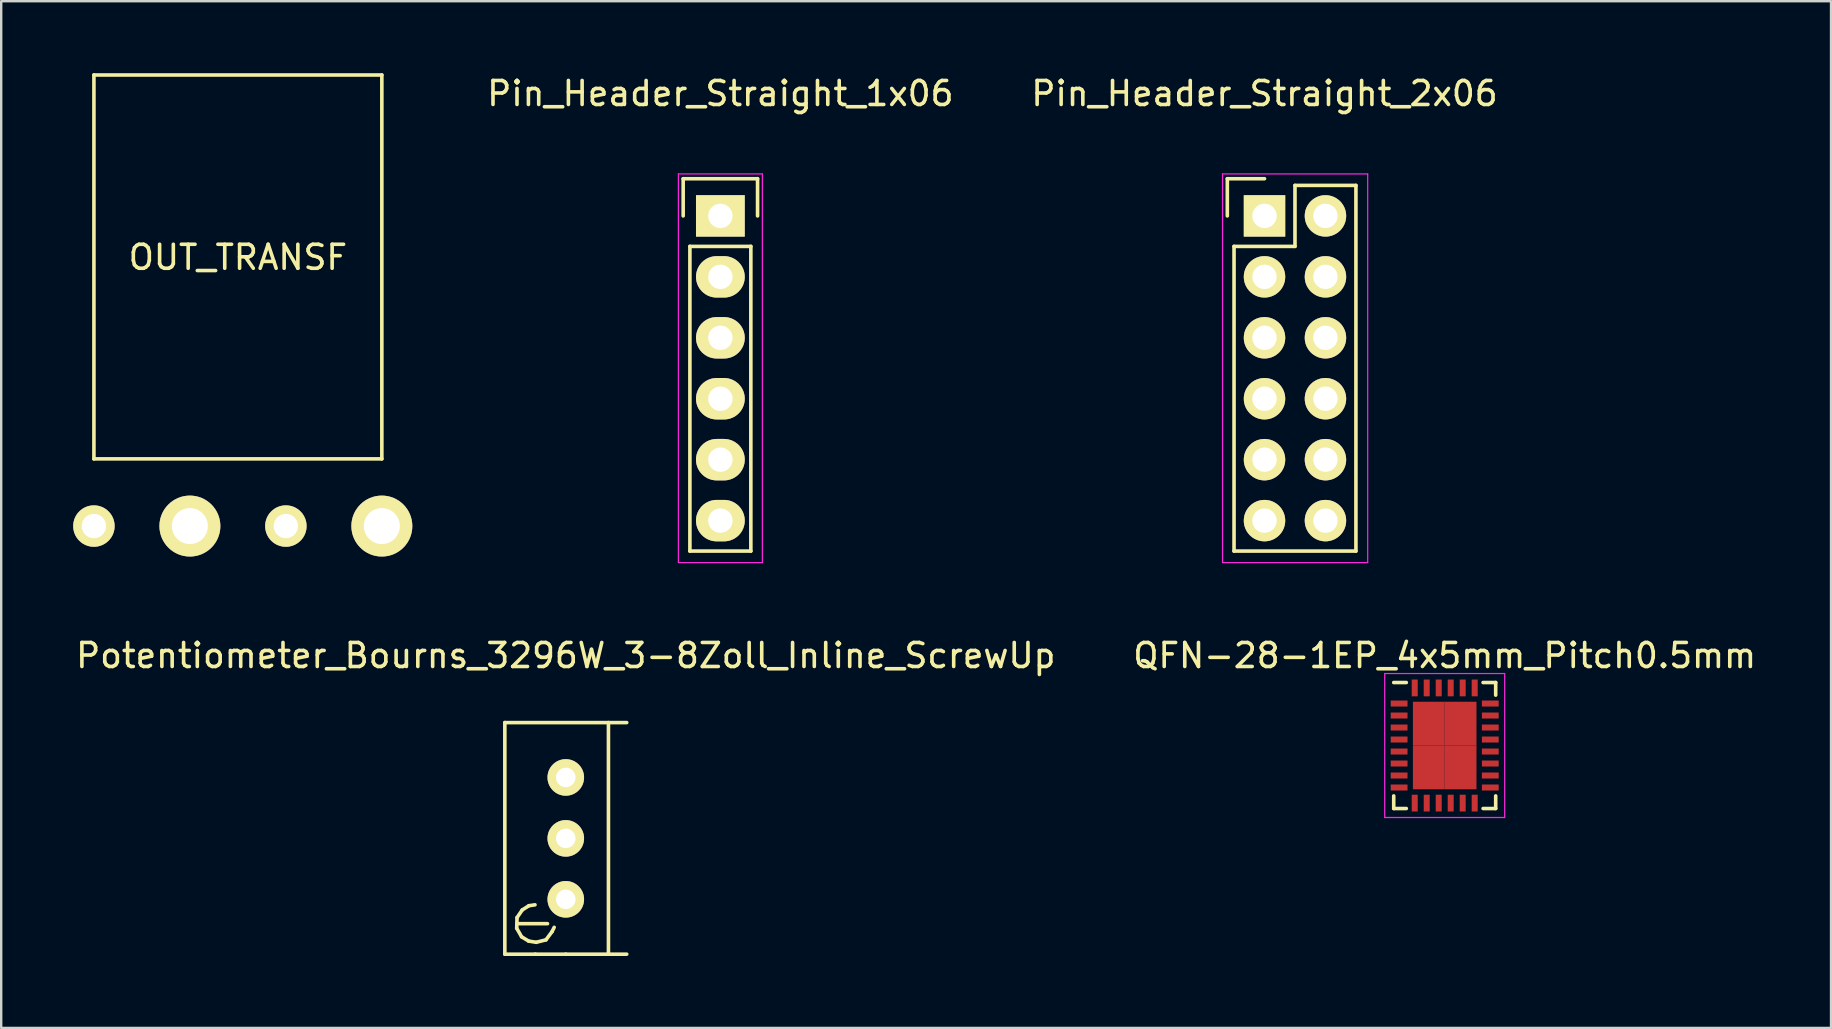
<source format=kicad_pcb>
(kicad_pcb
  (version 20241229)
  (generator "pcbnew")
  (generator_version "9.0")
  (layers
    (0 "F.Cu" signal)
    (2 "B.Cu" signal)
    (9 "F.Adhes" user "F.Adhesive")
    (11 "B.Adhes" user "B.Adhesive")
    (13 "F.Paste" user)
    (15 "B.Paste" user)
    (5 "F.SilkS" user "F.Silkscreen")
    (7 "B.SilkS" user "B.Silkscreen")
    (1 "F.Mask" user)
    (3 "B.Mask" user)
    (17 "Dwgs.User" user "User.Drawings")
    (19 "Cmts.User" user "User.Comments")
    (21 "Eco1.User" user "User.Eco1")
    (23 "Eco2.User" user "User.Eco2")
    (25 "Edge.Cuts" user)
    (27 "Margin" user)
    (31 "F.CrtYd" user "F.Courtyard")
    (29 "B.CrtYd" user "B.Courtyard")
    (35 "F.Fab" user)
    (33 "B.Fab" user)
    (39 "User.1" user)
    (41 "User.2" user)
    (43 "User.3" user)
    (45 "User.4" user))
  (footprint "Pin_Header_Straight_1x06"
    (layer "F.Cu")
    (at 26.973 5.948)
    (property "Reference" "Pin_Header_Straight_1x06" (at 0 -5.1 0) (layer "F.SilkS") (effects (font (size 1 1) (thickness 0.15))))
    (attr through_hole)
    (fp_line (start -1.55 -1.55) (end 1.55 -1.55) (stroke (width 0.15) (type solid)) (layer "F.SilkS"))
    (fp_line (start -1.55 0) (end -1.55 -1.55) (stroke (width 0.15) (type solid)) (layer "F.SilkS"))
    (fp_line (start -1.27 13.97) (end -1.27 1.27) (stroke (width 0.15) (type solid)) (layer "F.SilkS"))
    (fp_line (start 1.27 1.27) (end -1.27 1.27) (stroke (width 0.15) (type solid)) (layer "F.SilkS"))
    (fp_line (start 1.27 1.27) (end 1.27 13.97) (stroke (width 0.15) (type solid)) (layer "F.SilkS"))
    (fp_line (start 1.27 13.97) (end -1.27 13.97) (stroke (width 0.15) (type solid)) (layer "F.SilkS"))
    (fp_line (start 1.55 -1.55) (end 1.55 0) (stroke (width 0.15) (type solid)) (layer "F.SilkS"))
    (fp_line (start -1.75 -1.75) (end -1.75 14.45) (stroke (width 0.05) (type solid)) (layer "F.CrtYd"))
    (fp_line (start -1.75 -1.75) (end 1.75 -1.75) (stroke (width 0.05) (type solid)) (layer "F.CrtYd"))
    (fp_line (start -1.75 14.45) (end 1.75 14.45) (stroke (width 0.05) (type solid)) (layer "F.CrtYd"))
    (fp_line (start 1.75 -1.75) (end 1.75 14.45) (stroke (width 0.05) (type solid)) (layer "F.CrtYd"))
    (pad "1" thru_hole rect (at 0 0) (size 2.032 1.727) (drill 1.016) (layers "*.Cu" "*.Mask" "F.SilkS"))
    (pad "2" thru_hole oval (at 0 2.54) (size 2.032 1.727) (drill 1.016) (layers "*.Cu" "*.Mask" "F.SilkS"))
    (pad "3" thru_hole oval (at 0 5.08) (size 2.032 1.727) (drill 1.016) (layers "*.Cu" "*.Mask" "F.SilkS"))
    (pad "4" thru_hole oval (at 0 7.62) (size 2.032 1.727) (drill 1.016) (layers "*.Cu" "*.Mask" "F.SilkS"))
    (pad "5" thru_hole oval (at 0 10.16) (size 2.032 1.727) (drill 1.016) (layers "*.Cu" "*.Mask" "F.SilkS"))
    (pad "6" thru_hole oval (at 0 12.7) (size 2.032 1.727) (drill 1.016) (layers "*.Cu" "*.Mask" "F.SilkS")))
  (footprint "QFN-28-1EP_4x5mm_Pitch0.5mm"
    (layer "F.Cu")
    (at 57.161 28.021)
    (property "Reference" "QFN-28-1EP_4x5mm_Pitch0.5mm" (at 0 -3.75 0) (layer "F.SilkS") (effects (font (size 1 1) (thickness 0.15))))
    (attr smd)
    (fp_line (start -2.125 -2.625) (end -1.6 -2.625) (stroke (width 0.15) (type solid)) (layer "F.SilkS"))
    (fp_line (start -2.125 2.625) (end -2.125 2.1) (stroke (width 0.15) (type solid)) (layer "F.SilkS"))
    (fp_line (start -2.125 2.625) (end -1.6 2.625) (stroke (width 0.15) (type solid)) (layer "F.SilkS"))
    (fp_line (start 2.125 -2.625) (end 1.6 -2.625) (stroke (width 0.15) (type solid)) (layer "F.SilkS"))
    (fp_line (start 2.125 -2.625) (end 2.125 -2.1) (stroke (width 0.15) (type solid)) (layer "F.SilkS"))
    (fp_line (start 2.125 2.625) (end 1.6 2.625) (stroke (width 0.15) (type solid)) (layer "F.SilkS"))
    (fp_line (start 2.125 2.625) (end 2.125 2.1) (stroke (width 0.15) (type solid)) (layer "F.SilkS"))
    (fp_line (start -2.5 -3) (end -2.5 3) (stroke (width 0.05) (type solid)) (layer "F.CrtYd"))
    (fp_line (start -2.5 -3) (end 2.5 -3) (stroke (width 0.05) (type solid)) (layer "F.CrtYd"))
    (fp_line (start -2.5 3) (end 2.5 3) (stroke (width 0.05) (type solid)) (layer "F.CrtYd"))
    (fp_line (start 2.5 -3) (end 2.5 3) (stroke (width 0.05) (type solid)) (layer "F.CrtYd"))
    (pad "1" smd rect (at -1.9 -1.75) (size 0.7 0.25) (layers "F.Cu" "F.Mask" "F.Paste"))
    (pad "2" smd rect (at -1.9 -1.25) (size 0.7 0.25) (layers "F.Cu" "F.Mask" "F.Paste"))
    (pad "3" smd rect (at -1.9 -0.75) (size 0.7 0.25) (layers "F.Cu" "F.Mask" "F.Paste"))
    (pad "4" smd rect (at -1.9 -0.25) (size 0.7 0.25) (layers "F.Cu" "F.Mask" "F.Paste"))
    (pad "5" smd rect (at -1.9 0.25) (size 0.7 0.25) (layers "F.Cu" "F.Mask" "F.Paste"))
    (pad "6" smd rect (at -1.9 0.75) (size 0.7 0.25) (layers "F.Cu" "F.Mask" "F.Paste"))
    (pad "7" smd rect (at -1.9 1.25) (size 0.7 0.25) (layers "F.Cu" "F.Mask" "F.Paste"))
    (pad "8" smd rect (at -1.9 1.75) (size 0.7 0.25) (layers "F.Cu" "F.Mask" "F.Paste"))
    (pad "9" smd rect (at -1.25 2.4 90) (size 0.7 0.25) (layers "F.Cu" "F.Mask" "F.Paste"))
    (pad "10" smd rect (at -0.75 2.4 90) (size 0.7 0.25) (layers "F.Cu" "F.Mask" "F.Paste"))
    (pad "11" smd rect (at -0.25 2.4 90) (size 0.7 0.25) (layers "F.Cu" "F.Mask" "F.Paste"))
    (pad "12" smd rect (at 0.25 2.4 90) (size 0.7 0.25) (layers "F.Cu" "F.Mask" "F.Paste"))
    (pad "13" smd rect (at 0.75 2.4 90) (size 0.7 0.25) (layers "F.Cu" "F.Mask" "F.Paste"))
    (pad "14" smd rect (at 1.25 2.4 90) (size 0.7 0.25) (layers "F.Cu" "F.Mask" "F.Paste"))
    (pad "15" smd rect (at 1.9 1.75) (size 0.7 0.25) (layers "F.Cu" "F.Mask" "F.Paste"))
    (pad "16" smd rect (at 1.9 1.25) (size 0.7 0.25) (layers "F.Cu" "F.Mask" "F.Paste"))
    (pad "17" smd rect (at 1.9 0.75) (size 0.7 0.25) (layers "F.Cu" "F.Mask" "F.Paste"))
    (pad "18" smd rect (at 1.9 0.25) (size 0.7 0.25) (layers "F.Cu" "F.Mask" "F.Paste"))
    (pad "19" smd rect (at 1.9 -0.25) (size 0.7 0.25) (layers "F.Cu" "F.Mask" "F.Paste"))
    (pad "20" smd rect (at 1.9 -0.75) (size 0.7 0.25) (layers "F.Cu" "F.Mask" "F.Paste"))
    (pad "21" smd rect (at 1.9 -1.25) (size 0.7 0.25) (layers "F.Cu" "F.Mask" "F.Paste"))
    (pad "22" smd rect (at 1.9 -1.75) (size 0.7 0.25) (layers "F.Cu" "F.Mask" "F.Paste"))
    (pad "23" smd rect (at 1.25 -2.4 90) (size 0.7 0.25) (layers "F.Cu" "F.Mask" "F.Paste"))
    (pad "24" smd rect (at 0.75 -2.4 90) (size 0.7 0.25) (layers "F.Cu" "F.Mask" "F.Paste"))
    (pad "25" smd rect (at 0.25 -2.4 90) (size 0.7 0.25) (layers "F.Cu" "F.Mask" "F.Paste"))
    (pad "26" smd rect (at -0.25 -2.4 90) (size 0.7 0.25) (layers "F.Cu" "F.Mask" "F.Paste"))
    (pad "27" smd rect (at -0.75 -2.4 90) (size 0.7 0.25) (layers "F.Cu" "F.Mask" "F.Paste"))
    (pad "28" smd rect (at -1.25 -2.4 90) (size 0.7 0.25) (layers "F.Cu" "F.Mask" "F.Paste"))
    (pad "29" smd rect (at -0.662 -0.912) (size 1.325 1.825) (layers "F.Cu" "F.Mask" "F.Paste"))
    (pad "29" smd rect (at -0.662 0.912) (size 1.325 1.825) (layers "F.Cu" "F.Mask" "F.Paste"))
    (pad "29" smd rect (at 0.662 -0.912) (size 1.325 1.825) (layers "F.Cu" "F.Mask" "F.Paste"))
    (pad "29" smd rect (at 0.662 0.912) (size 1.325 1.825) (layers "F.Cu" "F.Mask" "F.Paste")))
  (footprint "OUT_TRANSF"
    (layer "F.Cu")
    (at 6.864 18.875)
    (property "Reference" "OUT_TRANSF" (at 0 -11.2 0) (layer "F.SilkS") (effects (font (size 1 1) (thickness 0.15))))
    (attr through_hole)
    (fp_line (start -6 -18.8) (end 6 -18.8) (stroke (width 0.15) (type solid)) (layer "F.SilkS"))
    (fp_line (start -6 -2.8) (end -6 -18.8) (stroke (width 0.15) (type solid)) (layer "F.SilkS"))
    (fp_line (start 6 -18.8) (end 6 -2.8) (stroke (width 0.15) (type solid)) (layer "F.SilkS"))
    (fp_line (start 6 -2.8) (end -6 -2.8) (stroke (width 0.15) (type solid)) (layer "F.SilkS"))
    (pad "1" thru_hole circle (at 6 0) (size 2.54 2.54) (drill 1.5) (layers "*.Cu" "*.Mask" "F.SilkS"))
    (pad "2" thru_hole circle (at 2 0) (size 1.727 1.727) (drill 1.016) (layers "*.Cu" "*.Mask" "F.SilkS"))
    (pad "3" thru_hole circle (at -2 0) (size 2.54 2.54) (drill 1.5) (layers "*.Cu" "*.Mask" "F.SilkS"))
    (pad "4" thru_hole circle (at -6 0) (size 1.727 1.727) (drill 1.016) (layers "*.Cu" "*.Mask" "F.SilkS")))
  (footprint "Potentiometer_Bourns_3296W_3-8Zoll_Inline_ScrewUp"
    (layer "F.Cu")
    (at 20.53 34.431)
    (property "Reference" "Potentiometer_Bourns_3296W_3-8Zoll_Inline_ScrewUp" (at 0 -10.16 0) (layer "F.SilkS") (effects (font (size 1 1) (thickness 0.15))))
    (attr through_hole)
    (fp_line (start -2.54 -7.366) (end 2.54 -7.366) (stroke (width 0.15) (type solid)) (layer "F.SilkS"))
    (fp_line (start -2.54 2.286) (end -2.54 -7.366) (stroke (width 0.15) (type solid)) (layer "F.SilkS"))
    (fp_line (start -2.045 1.206) (end -1.841 1.562) (stroke (width 0.15) (type solid)) (layer "F.SilkS"))
    (fp_line (start -2.032 0.762) (end -2.045 1.206) (stroke (width 0.15) (type solid)) (layer "F.SilkS"))
    (fp_line (start -2.032 1.016) (end -0.762 1.016) (stroke (width 0.15) (type solid)) (layer "F.SilkS"))
    (fp_line (start -1.841 1.562) (end -1.549 1.74) (stroke (width 0.15) (type solid)) (layer "F.SilkS"))
    (fp_line (start -1.816 0.445) (end -2.032 0.762) (stroke (width 0.15) (type solid)) (layer "F.SilkS"))
    (fp_line (start -1.549 1.74) (end -1.232 1.791) (stroke (width 0.15) (type solid)) (layer "F.SilkS"))
    (fp_line (start -1.537 0.267) (end -1.816 0.445) (stroke (width 0.15) (type solid)) (layer "F.SilkS"))
    (fp_line (start -1.283 0.229) (end -1.537 0.267) (stroke (width 0.15) (type solid)) (layer "F.SilkS"))
    (fp_line (start -1.27 2.286) (end -2.54 2.286) (stroke (width 0.15) (type solid)) (layer "F.SilkS"))
    (fp_line (start -1.232 1.791) (end -0.826 1.689) (stroke (width 0.15) (type solid)) (layer "F.SilkS"))
    (fp_line (start -0.826 1.689) (end -0.572 1.346) (stroke (width 0.15) (type solid)) (layer "F.SilkS"))
    (fp_line (start -0.572 1.346) (end -0.483 1.168) (stroke (width 0.15) (type solid)) (layer "F.SilkS"))
    (fp_line (start 0 2.286) (end -1.27 2.286) (stroke (width 0.15) (type solid)) (layer "F.SilkS"))
    (fp_line (start 1.778 -7.366) (end 1.778 2.286) (stroke (width 0.15) (type solid)) (layer "F.SilkS"))
    (fp_line (start 2.54 2.286) (end 0 2.286) (stroke (width 0.15) (type solid)) (layer "F.SilkS"))
    (pad "1" thru_hole circle (at 0 0) (size 1.524 1.524) (drill 0.813) (layers "*.Cu" "*.Mask" "F.SilkS"))
    (pad "2" thru_hole circle (at 0 -2.54) (size 1.524 1.524) (drill 0.813) (layers "*.Cu" "*.Mask" "F.SilkS"))
    (pad "3" thru_hole circle (at 0 -5.08) (size 1.524 1.524) (drill 0.813) (layers "*.Cu" "*.Mask" "F.SilkS")))
  (footprint "Pin_Header_Straight_2x06"
    (layer "F.Cu")
    (at 49.651 5.948)
    (property "Reference" "Pin_Header_Straight_2x06" (at 0 -5.1 0) (layer "F.SilkS") (effects (font (size 1 1) (thickness 0.15))))
    (attr through_hole)
    (fp_line (start -1.55 -1.55) (end -1.55 0) (stroke (width 0.15) (type solid)) (layer "F.SilkS"))
    (fp_line (start -1.27 1.27) (end -1.27 13.97) (stroke (width 0.15) (type solid)) (layer "F.SilkS"))
    (fp_line (start 0 -1.55) (end -1.55 -1.55) (stroke (width 0.15) (type solid)) (layer "F.SilkS"))
    (fp_line (start 1.27 -1.27) (end 1.27 1.27) (stroke (width 0.15) (type solid)) (layer "F.SilkS"))
    (fp_line (start 1.27 1.27) (end -1.27 1.27) (stroke (width 0.15) (type solid)) (layer "F.SilkS"))
    (fp_line (start 3.81 -1.27) (end 1.27 -1.27) (stroke (width 0.15) (type solid)) (layer "F.SilkS"))
    (fp_line (start 3.81 13.97) (end -1.27 13.97) (stroke (width 0.15) (type solid)) (layer "F.SilkS"))
    (fp_line (start 3.81 13.97) (end 3.81 -1.27) (stroke (width 0.15) (type solid)) (layer "F.SilkS"))
    (fp_line (start -1.75 -1.75) (end -1.75 14.45) (stroke (width 0.05) (type solid)) (layer "F.CrtYd"))
    (fp_line (start -1.75 -1.75) (end 4.3 -1.75) (stroke (width 0.05) (type solid)) (layer "F.CrtYd"))
    (fp_line (start -1.75 14.45) (end 4.3 14.45) (stroke (width 0.05) (type solid)) (layer "F.CrtYd"))
    (fp_line (start 4.3 -1.75) (end 4.3 14.45) (stroke (width 0.05) (type solid)) (layer "F.CrtYd"))
    (pad "1" thru_hole rect (at 0 0) (size 1.727 1.727) (drill 1.016) (layers "*.Cu" "*.Mask" "F.SilkS"))
    (pad "2" thru_hole oval (at 2.54 0) (size 1.727 1.727) (drill 1.016) (layers "*.Cu" "*.Mask" "F.SilkS"))
    (pad "3" thru_hole oval (at 0 2.54) (size 1.727 1.727) (drill 1.016) (layers "*.Cu" "*.Mask" "F.SilkS"))
    (pad "4" thru_hole oval (at 2.54 2.54) (size 1.727 1.727) (drill 1.016) (layers "*.Cu" "*.Mask" "F.SilkS"))
    (pad "5" thru_hole oval (at 0 5.08) (size 1.727 1.727) (drill 1.016) (layers "*.Cu" "*.Mask" "F.SilkS"))
    (pad "6" thru_hole oval (at 2.54 5.08) (size 1.727 1.727) (drill 1.016) (layers "*.Cu" "*.Mask" "F.SilkS"))
    (pad "7" thru_hole oval (at 0 7.62) (size 1.727 1.727) (drill 1.016) (layers "*.Cu" "*.Mask" "F.SilkS"))
    (pad "8" thru_hole oval (at 2.54 7.62) (size 1.727 1.727) (drill 1.016) (layers "*.Cu" "*.Mask" "F.SilkS"))
    (pad "9" thru_hole oval (at 0 10.16) (size 1.727 1.727) (drill 1.016) (layers "*.Cu" "*.Mask" "F.SilkS"))
    (pad "10" thru_hole oval (at 2.54 10.16) (size 1.727 1.727) (drill 1.016) (layers "*.Cu" "*.Mask" "F.SilkS"))
    (pad "11" thru_hole oval (at 0 12.7) (size 1.727 1.727) (drill 1.016) (layers "*.Cu" "*.Mask" "F.SilkS"))
    (pad "12" thru_hole oval (at 2.54 12.7) (size 1.727 1.727) (drill 1.016) (layers "*.Cu" "*.Mask" "F.SilkS")))
  (gr_rect
    (start -3 -3)
    (end 73.262 39.792)
    (stroke (width 0.1) (type default))
    (fill no)
    (layer "Edge.Cuts")))
</source>
